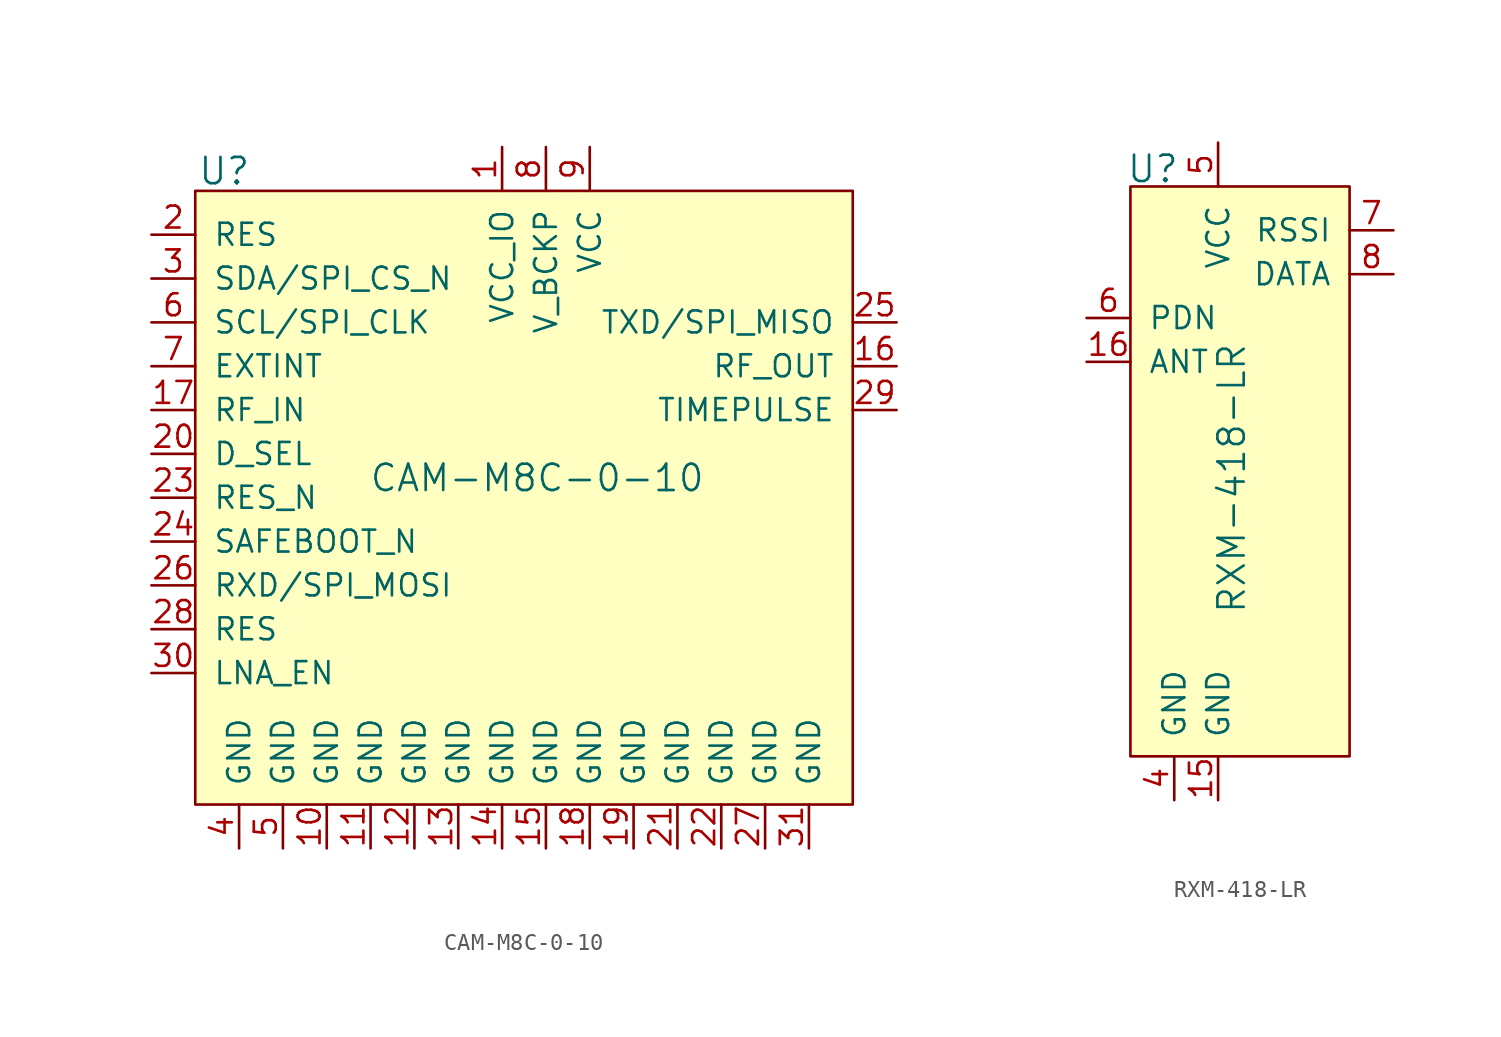
<source format=kicad_sym>
(kicad_symbol_lib
  (version 20211014)
  (generator kicad_symbol_editor)
  (symbol "CAM-M8C-0-10"
    (pin_names
      (offset 1.016))
    (property "Reference" "U"
      (at -17.653 13.843 0)
      (effects (font (size 1.524 1.524)) (justify left)))
    (property "Value" "CAM-M8C-0-10"
      (at 2.032 -3.937 0)
      (effects (font (size 1.524 1.524))))
    (symbol "CAM-M8C-0-10_0_1"
      (rectangle (start -17.78 12.7) (end 20.32 -22.86) (stroke (width 0) (type default) (color 0 0 0 0)) (fill (type background))))
    (symbol "CAM-M8C-0-10_1_1"
      (pin power_in line (at 0 15.24 270) (length 2.54) (name "VCC_IO" (effects (font (size 1.27 1.27)))) (number "1" (effects (font (size 1.27 1.27)))))
      (pin power_in line (at -10.16 -25.4 90) (length 2.54) (name "GND" (effects (font (size 1.27 1.27)))) (number "10" (effects (font (size 1.27 1.27)))))
      (pin power_in line (at -7.62 -25.4 90) (length 2.54) (name "GND" (effects (font (size 1.27 1.27)))) (number "11" (effects (font (size 1.27 1.27)))))
      (pin power_in line (at -5.08 -25.4 90) (length 2.54) (name "GND" (effects (font (size 1.27 1.27)))) (number "12" (effects (font (size 1.27 1.27)))))
      (pin power_in line (at -2.54 -25.4 90) (length 2.54) (name "GND" (effects (font (size 1.27 1.27)))) (number "13" (effects (font (size 1.27 1.27)))))
      (pin power_in line (at 0 -25.4 90) (length 2.54) (name "GND" (effects (font (size 1.27 1.27)))) (number "14" (effects (font (size 1.27 1.27)))))
      (pin power_in line (at 2.54 -25.4 90) (length 2.54) (name "GND" (effects (font (size 1.27 1.27)))) (number "15" (effects (font (size 1.27 1.27)))))
      (pin output line (at 22.86 2.54 180) (length 2.54) (name "RF_OUT" (effects (font (size 1.27 1.27)))) (number "16" (effects (font (size 1.27 1.27)))))
      (pin input line (at -20.32 0 0) (length 2.54) (name "RF_IN" (effects (font (size 1.27 1.27)))) (number "17" (effects (font (size 1.27 1.27)))))
      (pin power_in line (at 5.08 -25.4 90) (length 2.54) (name "GND" (effects (font (size 1.27 1.27)))) (number "18" (effects (font (size 1.27 1.27)))))
      (pin power_in line (at 7.62 -25.4 90) (length 2.54) (name "GND" (effects (font (size 1.27 1.27)))) (number "19" (effects (font (size 1.27 1.27)))))
      (pin input line (at -20.32 10.16 0) (length 2.54) (name "RES" (effects (font (size 1.27 1.27)))) (number "2" (effects (font (size 1.27 1.27)))))
      (pin input line (at -20.32 -2.54 0) (length 2.54) (name "D_SEL" (effects (font (size 1.27 1.27)))) (number "20" (effects (font (size 1.27 1.27)))))
      (pin power_in line (at 10.16 -25.4 90) (length 2.54) (name "GND" (effects (font (size 1.27 1.27)))) (number "21" (effects (font (size 1.27 1.27)))))
      (pin power_in line (at 12.7 -25.4 90) (length 2.54) (name "GND" (effects (font (size 1.27 1.27)))) (number "22" (effects (font (size 1.27 1.27)))))
      (pin input line (at -20.32 -5.08 0) (length 2.54) (name "RES_N" (effects (font (size 1.27 1.27)))) (number "23" (effects (font (size 1.27 1.27)))))
      (pin input line (at -20.32 -7.62 0) (length 2.54) (name "SAFEBOOT_N" (effects (font (size 1.27 1.27)))) (number "24" (effects (font (size 1.27 1.27)))))
      (pin output line (at 22.86 5.08 180) (length 2.54) (name "TXD/SPI_MISO" (effects (font (size 1.27 1.27)))) (number "25" (effects (font (size 1.27 1.27)))))
      (pin input line (at -20.32 -10.16 0) (length 2.54) (name "RXD/SPI_MOSI" (effects (font (size 1.27 1.27)))) (number "26" (effects (font (size 1.27 1.27)))))
      (pin power_in line (at 15.24 -25.4 90) (length 2.54) (name "GND" (effects (font (size 1.27 1.27)))) (number "27" (effects (font (size 1.27 1.27)))))
      (pin input line (at -20.32 -12.7 0) (length 2.54) (name "RES" (effects (font (size 1.27 1.27)))) (number "28" (effects (font (size 1.27 1.27)))))
      (pin output line (at 22.86 0 180) (length 2.54) (name "TIMEPULSE" (effects (font (size 1.27 1.27)))) (number "29" (effects (font (size 1.27 1.27)))))
      (pin bidirectional line (at -20.32 7.62 0) (length 2.54) (name "SDA/SPI_CS_N" (effects (font (size 1.27 1.27)))) (number "3" (effects (font (size 1.27 1.27)))))
      (pin input line (at -20.32 -15.24 0) (length 2.54) (name "LNA_EN" (effects (font (size 1.27 1.27)))) (number "30" (effects (font (size 1.27 1.27)))))
      (pin power_in line (at 17.78 -25.4 90) (length 2.54) (name "GND" (effects (font (size 1.27 1.27)))) (number "31" (effects (font (size 1.27 1.27)))))
      (pin power_in line (at -15.24 -25.4 90) (length 2.54) (name "GND" (effects (font (size 1.27 1.27)))) (number "4" (effects (font (size 1.27 1.27)))))
      (pin power_in line (at -12.7 -25.4 90) (length 2.54) (name "GND" (effects (font (size 1.27 1.27)))) (number "5" (effects (font (size 1.27 1.27)))))
      (pin bidirectional line (at -20.32 5.08 0) (length 2.54) (name "SCL/SPI_CLK" (effects (font (size 1.27 1.27)))) (number "6" (effects (font (size 1.27 1.27)))))
      (pin input line (at -20.32 2.54 0) (length 2.54) (name "EXTINT" (effects (font (size 1.27 1.27)))) (number "7" (effects (font (size 1.27 1.27)))))
      (pin power_in line (at 2.54 15.24 270) (length 2.54) (name "V_BCKP" (effects (font (size 1.27 1.27)))) (number "8" (effects (font (size 1.27 1.27)))))
      (pin power_in line (at 5.08 15.24 270) (length 2.54) (name "VCC" (effects (font (size 1.27 1.27)))) (number "9" (effects (font (size 1.27 1.27)))))))
  (symbol "RXM-418-LR"
    (pin_names
      (offset 1.016))
    (property "Reference" "U"
      (at -5.334 18.796 0)
      (effects (font (size 1.524 1.524)) (justify left)))
    (property "Value" "RXM-418-LR"
      (at 0.787 0.864 90)
      (effects (font (size 1.524 1.524))))
    (symbol "RXM-418-LR_1_1"
      (rectangle (start -5.08 17.78) (end 7.62 -15.24) (stroke (width 0) (type default) (color 0 0 0 0)) (fill (type background)))
      (pin no_connect line (at 7.62 10.16 180) (length 2.54) hide (name "NC" (effects (font (size 1.27 1.27)))) (number "1" (effects (font (size 1.27 1.27)))))
      (pin no_connect line (at 7.62 0 180) (length 2.54) hide (name "NC" (effects (font (size 1.27 1.27)))) (number "10" (effects (font (size 1.27 1.27)))))
      (pin no_connect line (at 7.62 -2.54 180) (length 2.54) hide (name "NC" (effects (font (size 1.27 1.27)))) (number "11" (effects (font (size 1.27 1.27)))))
      (pin no_connect line (at 7.62 -5.08 180) (length 2.54) hide (name "NC" (effects (font (size 1.27 1.27)))) (number "12" (effects (font (size 1.27 1.27)))))
      (pin no_connect line (at 7.62 -7.62 180) (length 2.54) hide (name "NC" (effects (font (size 1.27 1.27)))) (number "13" (effects (font (size 1.27 1.27)))))
      (pin no_connect line (at 7.62 -10.16 180) (length 2.54) hide (name "NC" (effects (font (size 1.27 1.27)))) (number "14" (effects (font (size 1.27 1.27)))))
      (pin power_in line (at 0 -17.78 90) (length 2.54) (name "GND" (effects (font (size 1.27 1.27)))) (number "15" (effects (font (size 1.27 1.27)))))
      (pin input line (at -7.62 7.62 0) (length 2.54) (name "ANT" (effects (font (size 1.27 1.27)))) (number "16" (effects (font (size 1.27 1.27)))))
      (pin no_connect line (at 7.62 7.62 180) (length 2.54) hide (name "NC" (effects (font (size 1.27 1.27)))) (number "2" (effects (font (size 1.27 1.27)))))
      (pin no_connect line (at 7.62 5.08 180) (length 2.54) hide (name "NC" (effects (font (size 1.27 1.27)))) (number "3" (effects (font (size 1.27 1.27)))))
      (pin power_in line (at -2.54 -17.78 90) (length 2.54) (name "GND" (effects (font (size 1.27 1.27)))) (number "4" (effects (font (size 1.27 1.27)))))
      (pin power_in line (at 0 20.32 270) (length 2.54) (name "VCC" (effects (font (size 1.27 1.27)))) (number "5" (effects (font (size 1.27 1.27)))))
      (pin input line (at -7.62 10.16 0) (length 2.54) (name "PDN" (effects (font (size 1.27 1.27)))) (number "6" (effects (font (size 1.27 1.27)))))
      (pin output line (at 10.16 15.24 180) (length 2.54) (name "RSSI" (effects (font (size 1.27 1.27)))) (number "7" (effects (font (size 1.27 1.27)))))
      (pin output line (at 10.16 12.7 180) (length 2.54) (name "DATA" (effects (font (size 1.27 1.27)))) (number "8" (effects (font (size 1.27 1.27)))))
      (pin no_connect line (at 7.62 2.54 180) (length 2.54) hide (name "NC" (effects (font (size 1.27 1.27)))) (number "9" (effects (font (size 1.27 1.27))))))))
</source>
